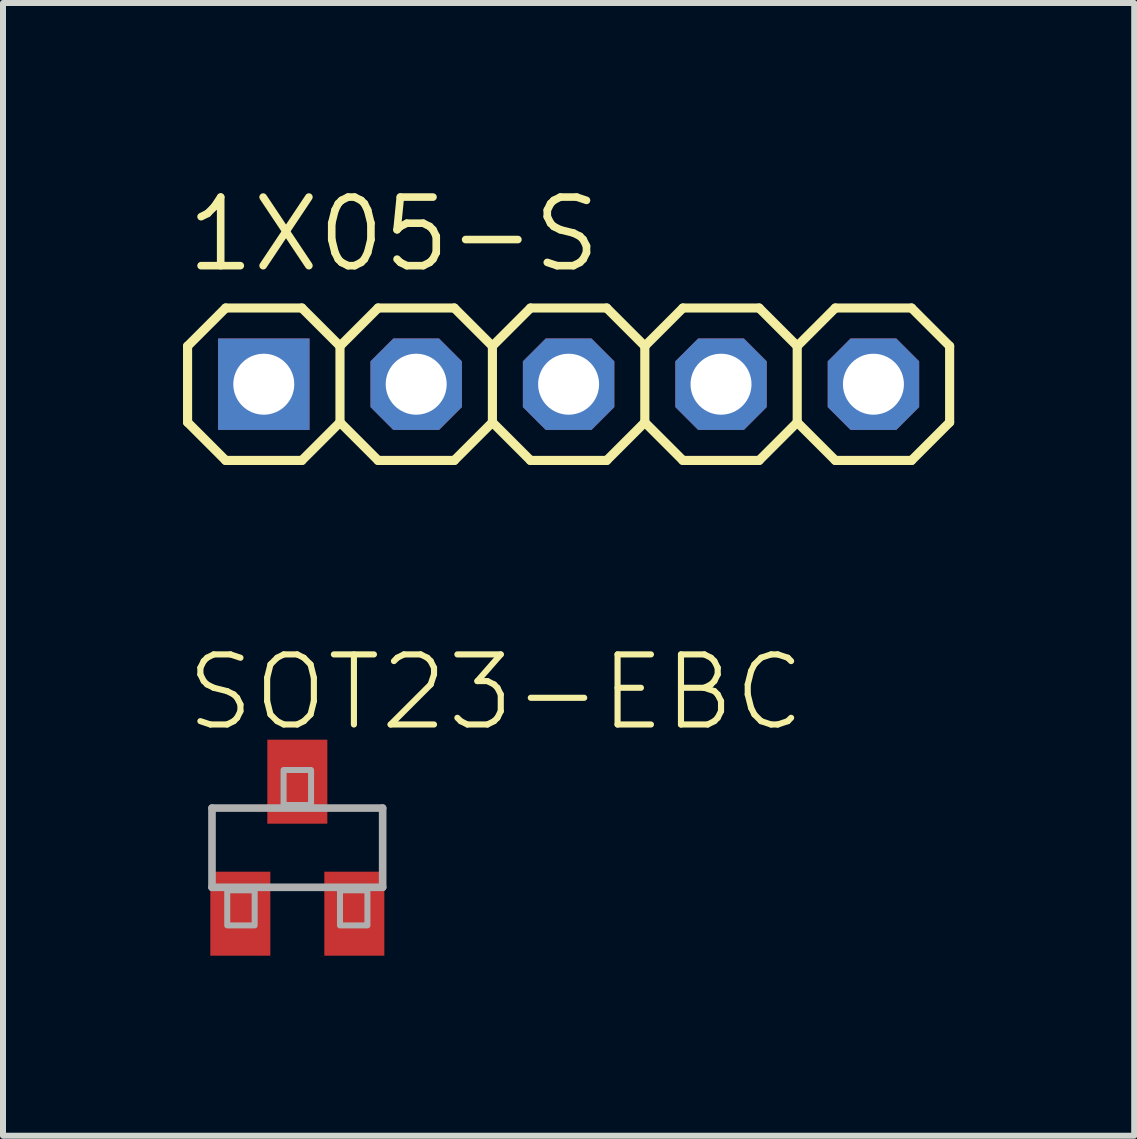
<source format=kicad_pcb>
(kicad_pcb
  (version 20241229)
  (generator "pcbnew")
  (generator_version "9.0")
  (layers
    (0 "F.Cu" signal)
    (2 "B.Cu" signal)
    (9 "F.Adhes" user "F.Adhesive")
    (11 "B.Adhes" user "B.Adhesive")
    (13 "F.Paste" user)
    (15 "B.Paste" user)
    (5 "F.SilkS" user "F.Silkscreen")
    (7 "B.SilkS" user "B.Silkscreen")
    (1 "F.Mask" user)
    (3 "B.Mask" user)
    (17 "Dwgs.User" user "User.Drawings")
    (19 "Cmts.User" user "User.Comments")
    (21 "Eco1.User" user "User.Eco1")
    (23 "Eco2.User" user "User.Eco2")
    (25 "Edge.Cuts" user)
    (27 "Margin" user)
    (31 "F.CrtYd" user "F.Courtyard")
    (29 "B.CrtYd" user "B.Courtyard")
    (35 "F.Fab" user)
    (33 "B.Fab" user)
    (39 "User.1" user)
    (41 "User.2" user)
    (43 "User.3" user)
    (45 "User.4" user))
  (footprint "SOT23-EBC"
    (layer "F.Cu")
    (at 1.905 11.077)
    (property "Reference" "SOT23-EBC" (at -1.905 -1.905 0) (layer "F.SilkS") (effects (font (size 1.168 1.168) (thickness 0.102)) (justify left bottom)))
    (fp_line (start -1.422 -0.66) (end 1.422 -0.66) (stroke (width 0.127) (type solid)) (layer "F.Fab"))
    (fp_line (start -1.422 0.66) (end -1.422 -0.66) (stroke (width 0.127) (type solid)) (layer "F.Fab"))
    (fp_line (start 1.422 -0.66) (end 1.422 0.66) (stroke (width 0.127) (type solid)) (layer "F.Fab"))
    (fp_line (start 1.422 0.66) (end -1.422 0.66) (stroke (width 0.127) (type solid)) (layer "F.Fab"))
    (fp_poly (pts (xy -1.168 1.295) (xy -0.711 1.295) (xy -0.711 0.711) (xy -1.168 0.711)) (stroke (width 0.1) (type solid)) (fill no) (layer "F.Fab"))
    (fp_poly (pts (xy -0.229 -0.711) (xy 0.229 -0.711) (xy 0.229 -1.295) (xy -0.229 -1.295)) (stroke (width 0.1) (type solid)) (fill no) (layer "F.Fab"))
    (fp_poly (pts (xy 0.711 1.295) (xy 1.168 1.295) (xy 1.168 0.711) (xy 0.711 0.711)) (stroke (width 0.1) (type solid)) (fill no) (layer "F.Fab"))
    (pad "B" smd rect (at 0.95 1.1) (size 1 1.4) (layers "F.Cu" "F.Mask" "F.Paste"))
    (pad "C" smd rect (at 0 -1.1) (size 1 1.4) (layers "F.Cu" "F.Mask" "F.Paste"))
    (pad "E" smd rect (at -0.95 1.1) (size 1 1.4) (layers "F.Cu" "F.Mask" "F.Paste")))
  (footprint "1X05-S"
    (layer "F.Cu")
    (at 6.426 3.353)
    (property "Reference" "1X05-S" (at -6.426 -1.829 0) (layer "F.SilkS") (effects (font (size 1.143 1.143) (thickness 0.127)) (justify left bottom)))
    (fp_line (start -6.35 -0.635) (end -6.35 0.635) (stroke (width 0.152) (type solid)) (layer "F.SilkS"))
    (fp_line (start -6.35 0.635) (end -5.715 1.27) (stroke (width 0.152) (type solid)) (layer "F.SilkS"))
    (fp_line (start -5.715 -1.27) (end -6.35 -0.635) (stroke (width 0.152) (type solid)) (layer "F.SilkS"))
    (fp_line (start -5.715 -1.27) (end -4.445 -1.27) (stroke (width 0.152) (type solid)) (layer "F.SilkS"))
    (fp_line (start -4.445 -1.27) (end -3.81 -0.635) (stroke (width 0.152) (type solid)) (layer "F.SilkS"))
    (fp_line (start -4.445 1.27) (end -5.715 1.27) (stroke (width 0.152) (type solid)) (layer "F.SilkS"))
    (fp_line (start -3.81 -0.635) (end -3.81 0.635) (stroke (width 0.152) (type solid)) (layer "F.SilkS"))
    (fp_line (start -3.81 -0.635) (end -3.175 -1.27) (stroke (width 0.152) (type solid)) (layer "F.SilkS"))
    (fp_line (start -3.81 0.635) (end -4.445 1.27) (stroke (width 0.152) (type solid)) (layer "F.SilkS"))
    (fp_line (start -3.175 -1.27) (end -1.905 -1.27) (stroke (width 0.152) (type solid)) (layer "F.SilkS"))
    (fp_line (start -3.175 1.27) (end -3.81 0.635) (stroke (width 0.152) (type solid)) (layer "F.SilkS"))
    (fp_line (start -1.905 -1.27) (end -1.27 -0.635) (stroke (width 0.152) (type solid)) (layer "F.SilkS"))
    (fp_line (start -1.905 1.27) (end -3.175 1.27) (stroke (width 0.152) (type solid)) (layer "F.SilkS"))
    (fp_line (start -1.27 -0.635) (end -1.27 0.635) (stroke (width 0.152) (type solid)) (layer "F.SilkS"))
    (fp_line (start -1.27 -0.635) (end -0.635 -1.27) (stroke (width 0.152) (type solid)) (layer "F.SilkS"))
    (fp_line (start -1.27 0.635) (end -1.905 1.27) (stroke (width 0.152) (type solid)) (layer "F.SilkS"))
    (fp_line (start -0.635 -1.27) (end 0.635 -1.27) (stroke (width 0.152) (type solid)) (layer "F.SilkS"))
    (fp_line (start -0.635 1.27) (end -1.27 0.635) (stroke (width 0.152) (type solid)) (layer "F.SilkS"))
    (fp_line (start 0.635 -1.27) (end 1.27 -0.635) (stroke (width 0.152) (type solid)) (layer "F.SilkS"))
    (fp_line (start 0.635 1.27) (end -0.635 1.27) (stroke (width 0.152) (type solid)) (layer "F.SilkS"))
    (fp_line (start 1.27 -0.635) (end 1.27 0.635) (stroke (width 0.152) (type solid)) (layer "F.SilkS"))
    (fp_line (start 1.27 0.635) (end 0.635 1.27) (stroke (width 0.152) (type solid)) (layer "F.SilkS"))
    (fp_line (start 1.27 0.635) (end 1.905 1.27) (stroke (width 0.152) (type solid)) (layer "F.SilkS"))
    (fp_line (start 1.905 -1.27) (end 1.27 -0.635) (stroke (width 0.152) (type solid)) (layer "F.SilkS"))
    (fp_line (start 1.905 -1.27) (end 3.175 -1.27) (stroke (width 0.152) (type solid)) (layer "F.SilkS"))
    (fp_line (start 3.175 -1.27) (end 3.81 -0.635) (stroke (width 0.152) (type solid)) (layer "F.SilkS"))
    (fp_line (start 3.175 1.27) (end 1.905 1.27) (stroke (width 0.152) (type solid)) (layer "F.SilkS"))
    (fp_line (start 3.81 -0.635) (end 3.81 0.635) (stroke (width 0.152) (type solid)) (layer "F.SilkS"))
    (fp_line (start 3.81 0.635) (end 3.175 1.27) (stroke (width 0.152) (type solid)) (layer "F.SilkS"))
    (fp_line (start 3.81 0.635) (end 4.445 1.27) (stroke (width 0.152) (type solid)) (layer "F.SilkS"))
    (fp_line (start 4.445 -1.27) (end 3.81 -0.635) (stroke (width 0.152) (type solid)) (layer "F.SilkS"))
    (fp_line (start 4.445 -1.27) (end 5.715 -1.27) (stroke (width 0.152) (type solid)) (layer "F.SilkS"))
    (fp_line (start 5.715 -1.27) (end 6.35 -0.635) (stroke (width 0.152) (type solid)) (layer "F.SilkS"))
    (fp_line (start 5.715 1.27) (end 4.445 1.27) (stroke (width 0.152) (type solid)) (layer "F.SilkS"))
    (fp_line (start 6.35 -0.635) (end 6.35 0.635) (stroke (width 0.152) (type solid)) (layer "F.SilkS"))
    (fp_line (start 6.35 0.635) (end 5.715 1.27) (stroke (width 0.152) (type solid)) (layer "F.SilkS"))
    (fp_poly (pts (xy -5.334 0.254) (xy -4.826 0.254) (xy -4.826 -0.254) (xy -5.334 -0.254)) (stroke (width 0.1) (type solid)) (fill no) (layer "F.Fab"))
    (fp_poly (pts (xy -2.794 0.254) (xy -2.286 0.254) (xy -2.286 -0.254) (xy -2.794 -0.254)) (stroke (width 0.1) (type solid)) (fill no) (layer "F.Fab"))
    (fp_poly (pts (xy -0.254 0.254) (xy 0.254 0.254) (xy 0.254 -0.254) (xy -0.254 -0.254)) (stroke (width 0.1) (type solid)) (fill no) (layer "F.Fab"))
    (fp_poly (pts (xy 2.286 0.254) (xy 2.794 0.254) (xy 2.794 -0.254) (xy 2.286 -0.254)) (stroke (width 0.1) (type solid)) (fill no) (layer "F.Fab"))
    (fp_poly (pts (xy 4.826 0.254) (xy 5.334 0.254) (xy 5.334 -0.254) (xy 4.826 -0.254)) (stroke (width 0.1) (type solid)) (fill no) (layer "F.Fab"))
    (pad "1" thru_hole rect (at -5.08 0) (size 1.524 1.524) (drill 1.016) (layers "*.Cu" "*.Mask"))
    (pad "2" thru_hole roundrect (at -2.54 0) (size 1.524 1.524) (drill 1.016) (layers "*.Cu" "*.Mask") (roundrect_rratio 0.25) (chamfer_ratio 0.25) (chamfer top_left top_right bottom_left bottom_right))
    (pad "3" thru_hole roundrect (at 0 0) (size 1.524 1.524) (drill 1.016) (layers "*.Cu" "*.Mask") (roundrect_rratio 0.25) (chamfer_ratio 0.25) (chamfer top_left top_right bottom_left bottom_right))
    (pad "4" thru_hole roundrect (at 2.54 0) (size 1.524 1.524) (drill 1.016) (layers "*.Cu" "*.Mask") (roundrect_rratio 0.25) (chamfer_ratio 0.25) (chamfer top_left top_right bottom_left bottom_right))
    (pad "5" thru_hole roundrect (at 5.08 0) (size 1.524 1.524) (drill 1.016) (layers "*.Cu" "*.Mask") (roundrect_rratio 0.25) (chamfer_ratio 0.25) (chamfer top_left top_right bottom_left bottom_right)))
  (gr_rect
    (start -3 -3)
    (end 15.852 15.877)
    (stroke (width 0.1) (type default))
    (fill no)
    (layer "Edge.Cuts")))
</source>
